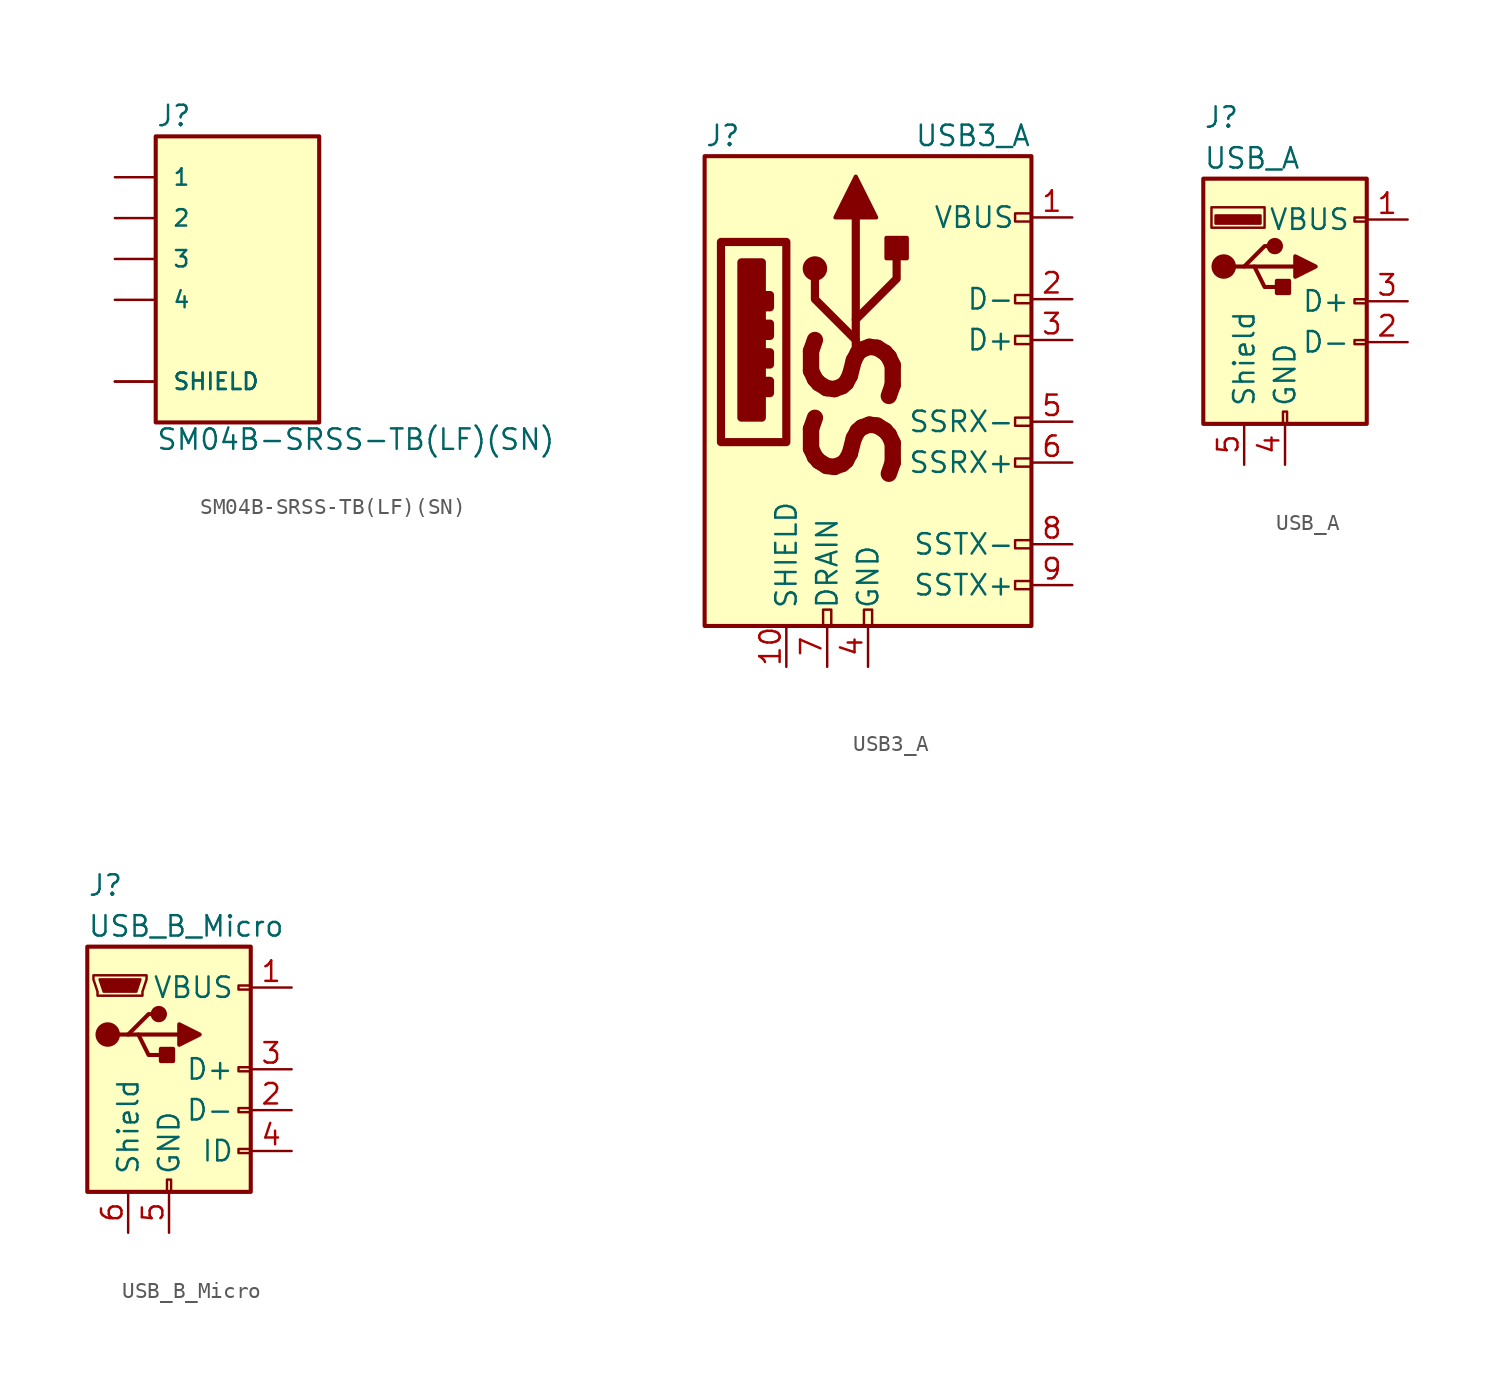
<source format=kicad_sym>
(kicad_symbol_lib
  (version 20220914)
  (generator kicad_symbol_editor)
  (symbol "SM04B-SRSS-TB(LF)(SN)"
    (pin_numbers hide)
    (pin_names
      (offset 1.016))
    (property "Reference" "J"
      (at -5.08 8.153 0)
      (effects (font (size 1.27 1.27)) (justify left bottom)))
    (property "Value" "SM04B-SRSS-TB(LF)(SN)"
      (at -5.08 -11.963 0)
      (effects (font (size 1.27 1.27)) (justify left bottom)))
    (symbol "SM04B-SRSS-TB(LF)(SN)_0_0"
      (rectangle (start -5.08 -10.16) (end 5.08 7.62) (stroke (width 0.254) (type default)) (fill (type background)))
      (pin passive line (at -7.62 5.08 0) (length 2.54) (name "1" (effects (font (size 1.016 1.016)))) (number "1" (effects (font (size 1.016 1.016)))))
      (pin passive line (at -7.62 2.54 0) (length 2.54) (name "2" (effects (font (size 1.016 1.016)))) (number "2" (effects (font (size 1.016 1.016)))))
      (pin passive line (at -7.62 0 0) (length 2.54) (name "3" (effects (font (size 1.016 1.016)))) (number "3" (effects (font (size 1.016 1.016)))))
      (pin passive line (at -7.62 -2.54 0) (length 2.54) (name "4" (effects (font (size 1.016 1.016)))) (number "4" (effects (font (size 1.016 1.016)))))
      (pin passive line (at -7.62 -7.62 0) (length 2.54) (name "SHIELD" (effects (font (size 1.016 1.016)))) (number "S1" (effects (font (size 1.016 1.016)))))
      (pin passive line (at -7.62 -7.62 0) (length 2.54) (name "SHIELD" (effects (font (size 1.016 1.016)))) (number "S2" (effects (font (size 1.016 1.016)))))))
  (symbol "USB3_A"
    (pin_names
      (offset 1.016))
    (property "Reference" "J"
      (at -10.16 15.24 0)
      (effects (font (size 1.27 1.27)) (justify left)))
    (property "Value" "USB3_A"
      (at 10.16 15.24 0)
      (effects (font (size 1.27 1.27)) (justify right)))
    (symbol "USB3_A_0_0"
      (rectangle (start -9.144 8.636) (end -5.08 -3.81) (stroke (width 0.508) (type default)) (fill (type none)))
      (rectangle (start -7.874 7.366) (end -6.604 -2.286) (stroke (width 0.508) (type default)) (fill (type outline)))
      (rectangle (start -6.35 0) (end -6.096 -0.762) (stroke (width 0.508) (type default)) (fill (type none)))
      (rectangle (start -6.35 1.778) (end -6.096 1.016) (stroke (width 0.508) (type default)) (fill (type none)))
      (rectangle (start -6.35 3.556) (end -6.096 2.794) (stroke (width 0.508) (type default)) (fill (type none)))
      (rectangle (start -6.35 5.334) (end -6.096 4.572) (stroke (width 0.508) (type default)) (fill (type none)))
      (rectangle (start -2.794 -15.24) (end -2.286 -14.224) (stroke (width 0) (type default)) (fill (type none)))
      (rectangle (start -0.254 -15.24) (end 0.254 -14.224) (stroke (width 0) (type default)) (fill (type none)))
      (rectangle (start 10.16 -12.446) (end 9.144 -12.954) (stroke (width 0) (type default)) (fill (type none)))
      (rectangle (start 10.16 -9.906) (end 9.144 -10.414) (stroke (width 0) (type default)) (fill (type none)))
      (rectangle (start 10.16 -4.826) (end 9.144 -5.334) (stroke (width 0) (type default)) (fill (type none)))
      (rectangle (start 10.16 -2.286) (end 9.144 -2.794) (stroke (width 0) (type default)) (fill (type none)))
      (rectangle (start 10.16 2.794) (end 9.144 2.286) (stroke (width 0) (type default)) (fill (type none)))
      (rectangle (start 10.16 5.334) (end 9.144 4.826) (stroke (width 0) (type default)) (fill (type none)))
      (rectangle (start 10.16 10.414) (end 9.144 9.906) (stroke (width 0) (type default)) (fill (type none)))
      (text "SS" (at -0.762 -1.905 900) (effects (font (size 5.08 5.08) bold italic))))
    (symbol "USB3_A_0_1"
      (rectangle (start -10.16 13.97) (end 10.16 -15.24) (stroke (width 0.254) (type default)) (fill (type background)))
      (circle (center -3.302 6.985) (radius 0.635) (stroke (width 0.254) (type default)) (fill (type outline)))
      (polyline (pts (xy -0.762 1.27) (xy -0.762 10.16)) (stroke (width 0.508) (type default)) (fill (type none)))
      (polyline (pts (xy -0.762 2.54) (xy -3.302 5.08) (xy -3.302 6.35)) (stroke (width 0.508) (type default)) (fill (type none)))
      (polyline (pts (xy -0.762 3.81) (xy 1.778 6.35) (xy 1.778 7.62)) (stroke (width 0.508) (type default)) (fill (type none)))
      (polyline (pts (xy -2.032 10.16) (xy -0.762 12.7) (xy 0.508 10.16) (xy -2.032 10.16)) (stroke (width 0.254) (type default)) (fill (type outline)))
      (rectangle (start 1.143 7.62) (end 2.413 8.89) (stroke (width 0.254) (type default)) (fill (type outline))))
    (symbol "USB3_A_1_1"
      (pin power_in line (at 12.7 10.16 180) (length 2.54) (name "VBUS" (effects (font (size 1.27 1.27)))) (number "1" (effects (font (size 1.27 1.27)))))
      (pin passive line (at -5.08 -17.78 90) (length 2.54) (name "SHIELD" (effects (font (size 1.27 1.27)))) (number "10" (effects (font (size 1.27 1.27)))))
      (pin bidirectional line (at 12.7 5.08 180) (length 2.54) (name "D-" (effects (font (size 1.27 1.27)))) (number "2" (effects (font (size 1.27 1.27)))))
      (pin bidirectional line (at 12.7 2.54 180) (length 2.54) (name "D+" (effects (font (size 1.27 1.27)))) (number "3" (effects (font (size 1.27 1.27)))))
      (pin power_in line (at 0 -17.78 90) (length 2.54) (name "GND" (effects (font (size 1.27 1.27)))) (number "4" (effects (font (size 1.27 1.27)))))
      (pin bidirectional line (at 12.7 -2.54 180) (length 2.54) (name "SSRX-" (effects (font (size 1.27 1.27)))) (number "5" (effects (font (size 1.27 1.27)))))
      (pin bidirectional line (at 12.7 -5.08 180) (length 2.54) (name "SSRX+" (effects (font (size 1.27 1.27)))) (number "6" (effects (font (size 1.27 1.27)))))
      (pin power_in line (at -2.54 -17.78 90) (length 2.54) (name "DRAIN" (effects (font (size 1.27 1.27)))) (number "7" (effects (font (size 1.27 1.27)))))
      (pin bidirectional line (at 12.7 -10.16 180) (length 2.54) (name "SSTX-" (effects (font (size 1.27 1.27)))) (number "8" (effects (font (size 1.27 1.27)))))
      (pin bidirectional line (at 12.7 -12.7 180) (length 2.54) (name "SSTX+" (effects (font (size 1.27 1.27)))) (number "9" (effects (font (size 1.27 1.27)))))))
  (symbol "USB_A"
    (pin_names
      (offset 1.016))
    (property "Reference" "J"
      (at -5.08 11.43 0)
      (effects (font (size 1.27 1.27)) (justify left)))
    (property "Value" "USB_A"
      (at -5.08 8.89 0)
      (effects (font (size 1.27 1.27)) (justify left)))
    (symbol "USB_A_0_1"
      (rectangle (start -5.08 -7.62) (end 5.08 7.62) (stroke (width 0.254) (type default)) (fill (type background)))
      (circle (center -3.81 2.159) (radius 0.635) (stroke (width 0.254) (type default)) (fill (type outline)))
      (rectangle (start -1.524 4.826) (end -4.318 5.334) (stroke (width 0) (type default)) (fill (type outline)))
      (rectangle (start -1.27 4.572) (end -4.572 5.842) (stroke (width 0) (type default)) (fill (type none)))
      (circle (center -0.635 3.429) (radius 0.381) (stroke (width 0.254) (type default)) (fill (type outline)))
      (rectangle (start -0.127 -7.62) (end 0.127 -6.858) (stroke (width 0) (type default)) (fill (type none)))
      (polyline (pts (xy -3.175 2.159) (xy -2.54 2.159) (xy -1.27 3.429) (xy -0.635 3.429)) (stroke (width 0.254) (type default)) (fill (type none)))
      (polyline (pts (xy -2.54 2.159) (xy -1.905 2.159) (xy -1.27 0.889) (xy 0 0.889)) (stroke (width 0.254) (type default)) (fill (type none)))
      (polyline (pts (xy 0.635 2.794) (xy 0.635 1.524) (xy 1.905 2.159) (xy 0.635 2.794)) (stroke (width 0.254) (type default)) (fill (type outline)))
      (rectangle (start 0.254 1.27) (end -0.508 0.508) (stroke (width 0.254) (type default)) (fill (type outline)))
      (rectangle (start 5.08 -2.667) (end 4.318 -2.413) (stroke (width 0) (type default)) (fill (type none)))
      (rectangle (start 5.08 -0.127) (end 4.318 0.127) (stroke (width 0) (type default)) (fill (type none)))
      (rectangle (start 5.08 4.953) (end 4.318 5.207) (stroke (width 0) (type default)) (fill (type none))))
    (symbol "USB_A_1_1"
      (polyline (pts (xy -1.905 2.159) (xy 0.635 2.159)) (stroke (width 0.254) (type default)) (fill (type none)))
      (pin power_in line (at 7.62 5.08 180) (length 2.54) (name "VBUS" (effects (font (size 1.27 1.27)))) (number "1" (effects (font (size 1.27 1.27)))))
      (pin passive line (at 7.62 -2.54 180) (length 2.54) (name "D-" (effects (font (size 1.27 1.27)))) (number "2" (effects (font (size 1.27 1.27)))))
      (pin passive line (at 7.62 0 180) (length 2.54) (name "D+" (effects (font (size 1.27 1.27)))) (number "3" (effects (font (size 1.27 1.27)))))
      (pin power_in line (at 0 -10.16 90) (length 2.54) (name "GND" (effects (font (size 1.27 1.27)))) (number "4" (effects (font (size 1.27 1.27)))))
      (pin passive line (at -2.54 -10.16 90) (length 2.54) (name "Shield" (effects (font (size 1.27 1.27)))) (number "5" (effects (font (size 1.27 1.27)))))))
  (symbol "USB_B_Micro"
    (pin_names
      (offset 1.016))
    (property "Reference" "J"
      (at -5.08 11.43 0)
      (effects (font (size 1.27 1.27)) (justify left)))
    (property "Value" "USB_B_Micro"
      (at -5.08 8.89 0)
      (effects (font (size 1.27 1.27)) (justify left)))
    (symbol "USB_B_Micro_0_1"
      (rectangle (start -5.08 -7.62) (end 5.08 7.62) (stroke (width 0.254) (type default)) (fill (type background)))
      (circle (center -3.81 2.159) (radius 0.635) (stroke (width 0.254) (type default)) (fill (type outline)))
      (circle (center -0.635 3.429) (radius 0.381) (stroke (width 0.254) (type default)) (fill (type outline)))
      (rectangle (start -0.127 -7.62) (end 0.127 -6.858) (stroke (width 0) (type default)) (fill (type none)))
      (polyline (pts (xy -1.905 2.159) (xy 0.635 2.159)) (stroke (width 0.254) (type default)) (fill (type none)))
      (polyline (pts (xy -3.175 2.159) (xy -2.54 2.159) (xy -1.27 3.429) (xy -0.635 3.429)) (stroke (width 0.254) (type default)) (fill (type none)))
      (polyline (pts (xy -2.54 2.159) (xy -1.905 2.159) (xy -1.27 0.889) (xy 0 0.889)) (stroke (width 0.254) (type default)) (fill (type none)))
      (polyline (pts (xy 0.635 2.794) (xy 0.635 1.524) (xy 1.905 2.159) (xy 0.635 2.794)) (stroke (width 0.254) (type default)) (fill (type outline)))
      (polyline (pts (xy -4.318 5.588) (xy -1.778 5.588) (xy -2.032 4.826) (xy -4.064 4.826) (xy -4.318 5.588)) (stroke (width 0) (type default)) (fill (type outline)))
      (polyline (pts (xy -4.699 5.842) (xy -4.699 5.588) (xy -4.445 4.826) (xy -4.445 4.572) (xy -1.651 4.572) (xy -1.651 4.826) (xy -1.397 5.588) (xy -1.397 5.842) (xy -4.699 5.842)) (stroke (width 0) (type default)) (fill (type none)))
      (rectangle (start 0.254 1.27) (end -0.508 0.508) (stroke (width 0.254) (type default)) (fill (type outline)))
      (rectangle (start 5.08 -5.207) (end 4.318 -4.953) (stroke (width 0) (type default)) (fill (type none)))
      (rectangle (start 5.08 -2.667) (end 4.318 -2.413) (stroke (width 0) (type default)) (fill (type none)))
      (rectangle (start 5.08 -0.127) (end 4.318 0.127) (stroke (width 0) (type default)) (fill (type none)))
      (rectangle (start 5.08 4.953) (end 4.318 5.207) (stroke (width 0) (type default)) (fill (type none))))
    (symbol "USB_B_Micro_1_1"
      (pin power_out line (at 7.62 5.08 180) (length 2.54) (name "VBUS" (effects (font (size 1.27 1.27)))) (number "1" (effects (font (size 1.27 1.27)))))
      (pin passive line (at 7.62 -2.54 180) (length 2.54) (name "D-" (effects (font (size 1.27 1.27)))) (number "2" (effects (font (size 1.27 1.27)))))
      (pin passive line (at 7.62 0 180) (length 2.54) (name "D+" (effects (font (size 1.27 1.27)))) (number "3" (effects (font (size 1.27 1.27)))))
      (pin passive line (at 7.62 -5.08 180) (length 2.54) (name "ID" (effects (font (size 1.27 1.27)))) (number "4" (effects (font (size 1.27 1.27)))))
      (pin passive line (at 0 -10.16 90) (length 2.54) (name "GND" (effects (font (size 1.27 1.27)))) (number "5" (effects (font (size 1.27 1.27)))))
      (pin passive line (at -2.54 -10.16 90) (length 2.54) (name "Shield" (effects (font (size 1.27 1.27)))) (number "6" (effects (font (size 1.27 1.27))))))))
</source>
